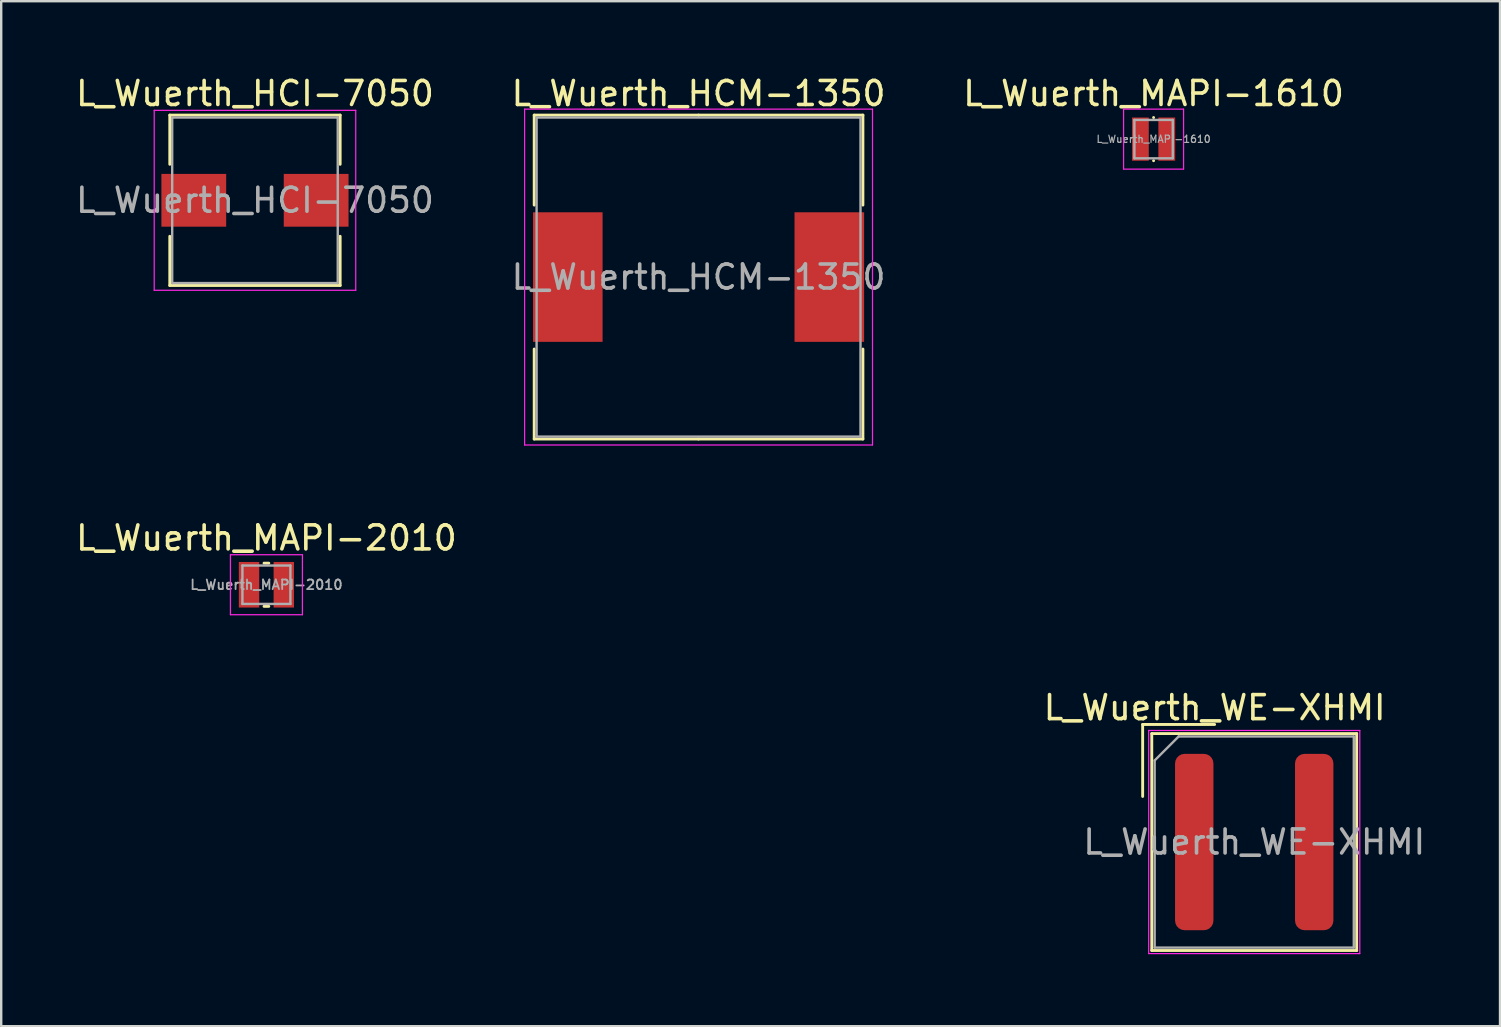
<source format=kicad_pcb>
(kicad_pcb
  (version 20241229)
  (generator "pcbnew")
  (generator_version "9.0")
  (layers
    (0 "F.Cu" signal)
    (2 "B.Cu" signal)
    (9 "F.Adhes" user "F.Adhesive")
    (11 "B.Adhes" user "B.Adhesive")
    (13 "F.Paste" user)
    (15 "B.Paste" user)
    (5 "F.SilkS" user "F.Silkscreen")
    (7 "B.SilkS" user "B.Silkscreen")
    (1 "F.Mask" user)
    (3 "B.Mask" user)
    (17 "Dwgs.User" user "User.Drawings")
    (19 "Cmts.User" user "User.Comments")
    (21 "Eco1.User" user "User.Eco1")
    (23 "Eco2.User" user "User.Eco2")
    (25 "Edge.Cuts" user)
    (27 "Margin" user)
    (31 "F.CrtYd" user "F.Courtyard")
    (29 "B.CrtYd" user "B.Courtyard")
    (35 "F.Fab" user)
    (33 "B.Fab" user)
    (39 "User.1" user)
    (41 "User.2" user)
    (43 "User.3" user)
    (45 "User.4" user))
  (footprint "L_Wuerth_WE-XHMI"
    (layer "F.Cu")
    (at 49.225 32.045)
    (property "Reference" "L_Wuerth_WE-XHMI" (at -1.65 -5.6 0) (layer "F.SilkS") (effects (font (size 1 1) (thickness 0.15))))
    (attr smd)
    (fp_line (start -4.65 -4.9) (end -1.65 -4.9) (stroke (width 0.12) (type solid)) (layer "F.SilkS"))
    (fp_line (start -4.65 -1.9) (end -4.65 -4.9) (stroke (width 0.12) (type solid)) (layer "F.SilkS"))
    (fp_line (start -4.27 -4.52) (end -4.27 4.52) (stroke (width 0.12) (type solid)) (layer "F.SilkS"))
    (fp_line (start -4.27 -4.52) (end 4.27 -4.52) (stroke (width 0.12) (type solid)) (layer "F.SilkS"))
    (fp_line (start -4.27 4.52) (end 4.27 4.52) (stroke (width 0.12) (type solid)) (layer "F.SilkS"))
    (fp_line (start 4.27 -4.52) (end 4.27 4.52) (stroke (width 0.12) (type solid)) (layer "F.SilkS"))
    (fp_line (start -4.4 -4.65) (end -4.4 4.65) (stroke (width 0.05) (type solid)) (layer "F.CrtYd"))
    (fp_line (start -4.4 -4.65) (end 4.4 -4.65) (stroke (width 0.05) (type solid)) (layer "F.CrtYd"))
    (fp_line (start -4.4 4.65) (end 4.4 4.65) (stroke (width 0.05) (type solid)) (layer "F.CrtYd"))
    (fp_line (start 4.4 -4.65) (end 4.4 4.65) (stroke (width 0.05) (type solid)) (layer "F.CrtYd"))
    (fp_line (start -4.15 -3.4) (end -3.15 -4.4) (stroke (width 0.1) (type solid)) (layer "F.Fab"))
    (fp_line (start -4.15 4.4) (end -4.15 -3.4) (stroke (width 0.1) (type solid)) (layer "F.Fab"))
    (fp_line (start -3.15 -4.4) (end 4.15 -4.4) (stroke (width 0.1) (type solid)) (layer "F.Fab"))
    (fp_line (start 4.15 -4.4) (end 4.15 4.4) (stroke (width 0.1) (type solid)) (layer "F.Fab"))
    (fp_line (start 4.15 4.4) (end -4.15 4.4) (stroke (width 0.1) (type solid)) (layer "F.Fab"))
    (fp_text user "" (at -49 0.05 0) (layer "F.SilkS") (effects (font (size 3 3) (thickness 0.15))))
    (fp_text user "${REFERENCE}" (at 0 0 0) (layer "F.Fab") (effects (font (size 1 1) (thickness 0.15))))
    (pad "1" smd roundrect (at -2.5 0) (size 1.6 7.35) (layers "F.Cu" "F.Mask" "F.Paste") (roundrect_rratio 0.25))
    (pad "2" smd roundrect (at 2.5 0) (size 1.6 7.35) (layers "F.Cu" "F.Mask" "F.Paste") (roundrect_rratio 0.25)))
  (footprint "L_Wuerth_MAPI-2010"
    (layer "F.Cu")
    (at 8.054 21.322)
    (property "Reference" "L_Wuerth_MAPI-2010" (at 0 -1.95 0) (layer "F.SilkS") (effects (font (size 1 1) (thickness 0.15))))
    (attr smd)
    (fp_line (start -0.1 -0.9) (end 0.1 -0.9) (stroke (width 0.12) (type solid)) (layer "F.SilkS"))
    (fp_line (start -0.1 0.9) (end 0.1 0.9) (stroke (width 0.12) (type solid)) (layer "F.SilkS"))
    (fp_line (start -1.5 -1.25) (end -1.5 1.25) (stroke (width 0.05) (type solid)) (layer "F.CrtYd"))
    (fp_line (start -1.5 1.25) (end 1.5 1.25) (stroke (width 0.05) (type solid)) (layer "F.CrtYd"))
    (fp_line (start 1.5 -1.25) (end -1.5 -1.25) (stroke (width 0.05) (type solid)) (layer "F.CrtYd"))
    (fp_line (start 1.5 1.25) (end 1.5 -1.25) (stroke (width 0.05) (type solid)) (layer "F.CrtYd"))
    (fp_line (start -1 -0.8) (end -1 0.8) (stroke (width 0.1) (type solid)) (layer "F.Fab"))
    (fp_line (start -1 0.8) (end 1 0.8) (stroke (width 0.1) (type solid)) (layer "F.Fab"))
    (fp_line (start 1 -0.8) (end -1 -0.8) (stroke (width 0.1) (type solid)) (layer "F.Fab"))
    (fp_line (start 1 0.8) (end 1 -0.8) (stroke (width 0.1) (type solid)) (layer "F.Fab"))
    (fp_text user "${REFERENCE}" (at 0 0 0) (layer "F.Fab") (effects (font (size 0.4 0.4) (thickness 0.075))))
    (pad "1" smd rect (at -0.725 0) (size 0.85 1.9) (layers "F.Cu" "F.Mask" "F.Paste"))
    (pad "2" smd rect (at 0.725 0) (size 0.85 1.9) (layers "F.Cu" "F.Mask" "F.Paste")))
  (footprint "L_Wuerth_HCI-7050"
    (layer "F.Cu")
    (at 7.577 5.298)
    (property "Reference" "L_Wuerth_HCI-7050" (at 0 -4.45 0) (layer "F.SilkS") (effects (font (size 1 1) (thickness 0.15))))
    (attr smd)
    (fp_line (start -3.55 -3.55) (end 3.55 -3.55) (stroke (width 0.12) (type solid)) (layer "F.SilkS"))
    (fp_line (start -3.55 -1.5) (end -3.55 -3.55) (stroke (width 0.12) (type solid)) (layer "F.SilkS"))
    (fp_line (start -3.55 1.5) (end -3.55 3.55) (stroke (width 0.12) (type solid)) (layer "F.SilkS"))
    (fp_line (start -3.55 3.55) (end 3.55 3.55) (stroke (width 0.12) (type solid)) (layer "F.SilkS"))
    (fp_line (start 3.55 -3.55) (end 3.55 -1.5) (stroke (width 0.12) (type solid)) (layer "F.SilkS"))
    (fp_line (start 3.55 3.55) (end 3.55 1.5) (stroke (width 0.12) (type solid)) (layer "F.SilkS"))
    (fp_line (start -4.2 -3.75) (end -4.2 3.75) (stroke (width 0.05) (type solid)) (layer "F.CrtYd"))
    (fp_line (start -4.2 3.75) (end 4.2 3.75) (stroke (width 0.05) (type solid)) (layer "F.CrtYd"))
    (fp_line (start 4.2 -3.75) (end -4.2 -3.75) (stroke (width 0.05) (type solid)) (layer "F.CrtYd"))
    (fp_line (start 4.2 3.75) (end 4.2 -3.75) (stroke (width 0.05) (type solid)) (layer "F.CrtYd"))
    (fp_line (start -3.45 -3.45) (end -3.45 3.45) (stroke (width 0.1) (type solid)) (layer "F.Fab"))
    (fp_line (start -3.45 3.45) (end 3.45 3.45) (stroke (width 0.1) (type solid)) (layer "F.Fab"))
    (fp_line (start 3.45 -3.45) (end -3.45 -3.45) (stroke (width 0.1) (type solid)) (layer "F.Fab"))
    (fp_line (start 3.45 3.45) (end 3.45 -3.45) (stroke (width 0.1) (type solid)) (layer "F.Fab"))
    (fp_text user "${REFERENCE}" (at 0 0 0) (layer "F.Fab") (effects (font (size 1 1) (thickness 0.15))))
    (pad "1" smd rect (at -2.55 0) (size 2.7 2.2) (layers "F.Cu" "F.Mask" "F.Paste"))
    (pad "2" smd rect (at 2.55 0) (size 2.7 2.2) (layers "F.Cu" "F.Mask" "F.Paste")))
  (footprint "L_Wuerth_MAPI-1610"
    (layer "F.Cu")
    (at 45.03 2.748)
    (property "Reference" "L_Wuerth_MAPI-1610" (at 0 -1.9 0) (layer "F.SilkS") (effects (font (size 1 1) (thickness 0.15))))
    (attr smd)
    (fp_line (start 0 -0.9) (end 0 -0.9) (stroke (width 0.12) (type solid)) (layer "F.SilkS"))
    (fp_line (start 0 0.9) (end 0 0.9) (stroke (width 0.12) (type solid)) (layer "F.SilkS"))
    (fp_line (start -1.25 -1.25) (end -1.25 1.25) (stroke (width 0.05) (type solid)) (layer "F.CrtYd"))
    (fp_line (start -1.25 1.25) (end 1.25 1.25) (stroke (width 0.05) (type solid)) (layer "F.CrtYd"))
    (fp_line (start 1.25 -1.25) (end -1.25 -1.25) (stroke (width 0.05) (type solid)) (layer "F.CrtYd"))
    (fp_line (start 1.25 1.25) (end 1.25 -1.25) (stroke (width 0.05) (type solid)) (layer "F.CrtYd"))
    (fp_line (start -0.8 -0.8) (end -0.8 0.8) (stroke (width 0.1) (type solid)) (layer "F.Fab"))
    (fp_line (start -0.8 0.8) (end 0.8 0.8) (stroke (width 0.1) (type solid)) (layer "F.Fab"))
    (fp_line (start 0.8 -0.8) (end -0.8 -0.8) (stroke (width 0.1) (type solid)) (layer "F.Fab"))
    (fp_line (start 0.8 0.8) (end 0.8 -0.8) (stroke (width 0.1) (type solid)) (layer "F.Fab"))
    (fp_text user "${REFERENCE}" (at 0 0 0) (layer "F.Fab") (effects (font (size 0.3 0.3) (thickness 0.05))))
    (pad "1" smd rect (at -0.55 0) (size 0.7 1.8) (layers "F.Cu" "F.Mask" "F.Paste"))
    (pad "2" smd rect (at 0.55 0) (size 0.7 1.8) (layers "F.Cu" "F.Mask" "F.Paste")))
  (footprint "L_Wuerth_HCM-1350"
    (layer "F.Cu")
    (at 26.065 8.498)
    (property "Reference" "L_Wuerth_HCM-1350" (at 0 -7.65 0) (layer "F.SilkS") (effects (font (size 1 1) (thickness 0.15))))
    (attr smd)
    (fp_line (start -6.85 -6.75) (end 0 -6.75) (stroke (width 0.12) (type solid)) (layer "F.SilkS"))
    (fp_line (start -6.85 -3) (end -6.85 -6.75) (stroke (width 0.12) (type solid)) (layer "F.SilkS"))
    (fp_line (start -6.85 3) (end -6.85 6.75) (stroke (width 0.12) (type solid)) (layer "F.SilkS"))
    (fp_line (start -6.85 6.75) (end 0 6.75) (stroke (width 0.12) (type solid)) (layer "F.SilkS"))
    (fp_line (start 6.85 -6.75) (end 0 -6.75) (stroke (width 0.12) (type solid)) (layer "F.SilkS"))
    (fp_line (start 6.85 -3) (end 6.85 -6.75) (stroke (width 0.12) (type solid)) (layer "F.SilkS"))
    (fp_line (start 6.85 3) (end 6.85 6.75) (stroke (width 0.12) (type solid)) (layer "F.SilkS"))
    (fp_line (start 6.85 6.75) (end 0 6.75) (stroke (width 0.12) (type solid)) (layer "F.SilkS"))
    (fp_line (start -7.25 -7) (end -7.25 7) (stroke (width 0.05) (type solid)) (layer "F.CrtYd"))
    (fp_line (start -7.25 7) (end 7.25 7) (stroke (width 0.05) (type solid)) (layer "F.CrtYd"))
    (fp_line (start 7.25 -7) (end -7.25 -7) (stroke (width 0.05) (type solid)) (layer "F.CrtYd"))
    (fp_line (start 7.25 7) (end 7.25 -7) (stroke (width 0.05) (type solid)) (layer "F.CrtYd"))
    (fp_line (start -6.75 -6.65) (end -6.75 6.65) (stroke (width 0.1) (type solid)) (layer "F.Fab"))
    (fp_line (start -6.75 6.65) (end 6.75 6.65) (stroke (width 0.1) (type solid)) (layer "F.Fab"))
    (fp_line (start 6.75 -6.65) (end -6.75 -6.65) (stroke (width 0.1) (type solid)) (layer "F.Fab"))
    (fp_line (start 6.75 6.65) (end 6.75 -6.65) (stroke (width 0.1) (type solid)) (layer "F.Fab"))
    (fp_text user "${REFERENCE}" (at 0 0 0) (layer "F.Fab") (effects (font (size 1 1) (thickness 0.15))))
    (pad "1" smd rect (at -5.45 0) (size 2.9 5.4) (layers "F.Cu" "F.Mask" "F.Paste"))
    (pad "2" smd rect (at 5.45 0) (size 2.9 5.4) (layers "F.Cu" "F.Mask" "F.Paste")))
  (gr_rect
    (start -3 -3)
    (end 59.469 39.72)
    (stroke (width 0.1) (type default))
    (fill no)
    (layer "Edge.Cuts")))
</source>
